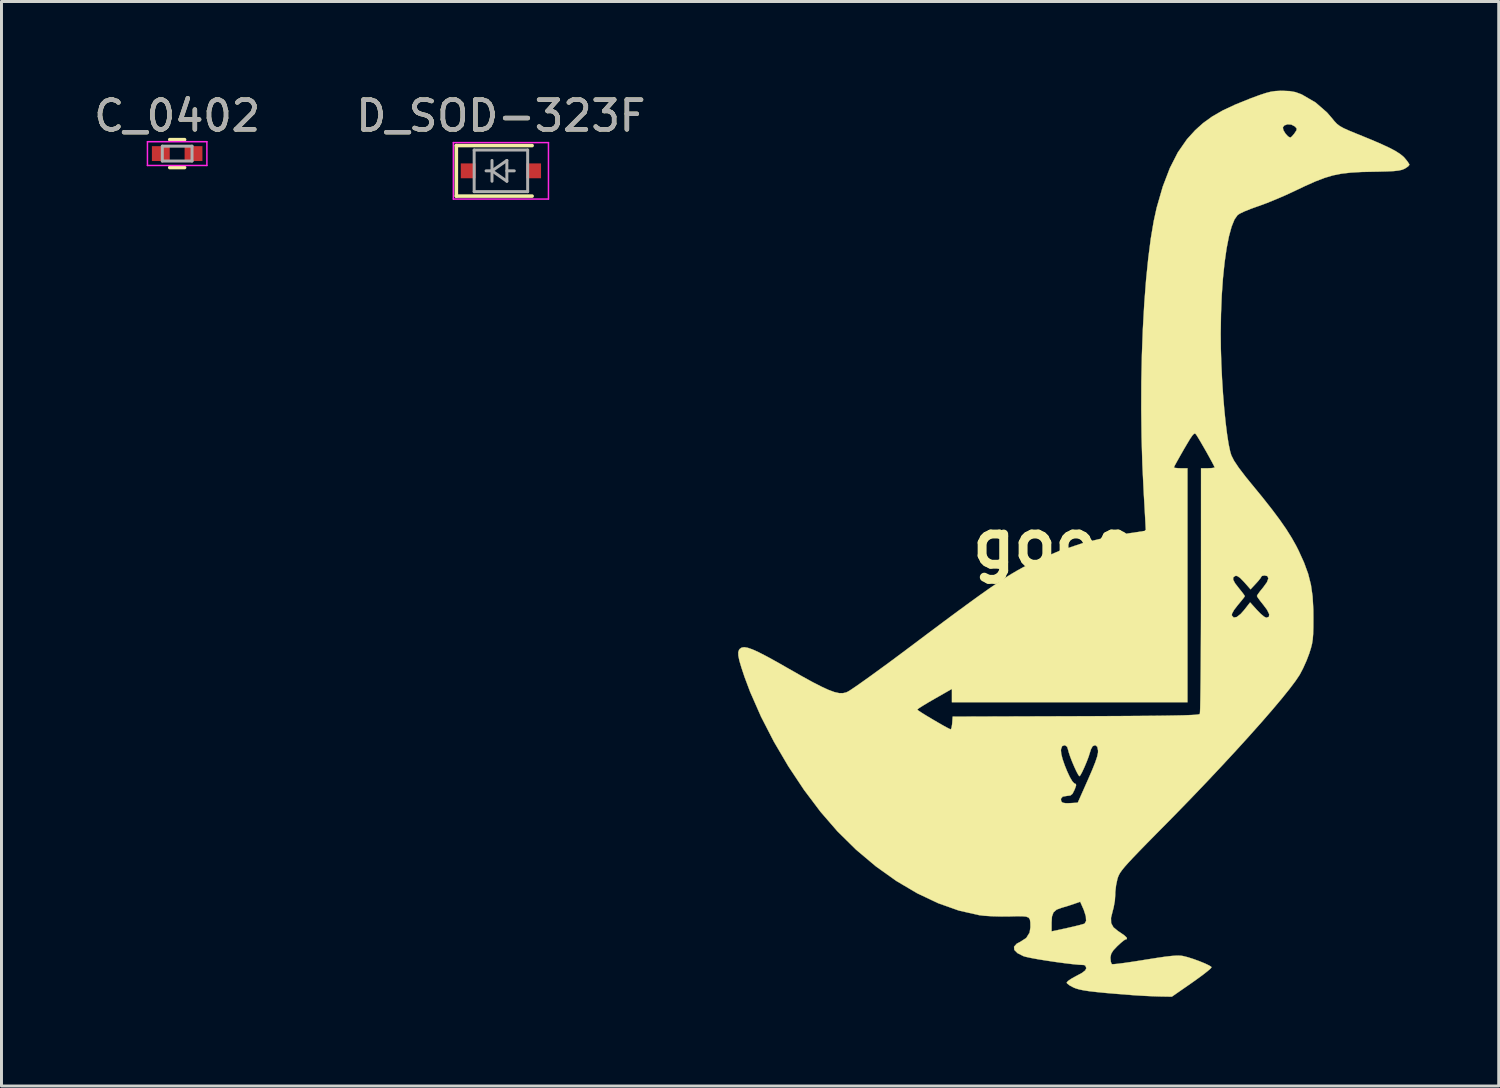
<source format=kicad_pcb>
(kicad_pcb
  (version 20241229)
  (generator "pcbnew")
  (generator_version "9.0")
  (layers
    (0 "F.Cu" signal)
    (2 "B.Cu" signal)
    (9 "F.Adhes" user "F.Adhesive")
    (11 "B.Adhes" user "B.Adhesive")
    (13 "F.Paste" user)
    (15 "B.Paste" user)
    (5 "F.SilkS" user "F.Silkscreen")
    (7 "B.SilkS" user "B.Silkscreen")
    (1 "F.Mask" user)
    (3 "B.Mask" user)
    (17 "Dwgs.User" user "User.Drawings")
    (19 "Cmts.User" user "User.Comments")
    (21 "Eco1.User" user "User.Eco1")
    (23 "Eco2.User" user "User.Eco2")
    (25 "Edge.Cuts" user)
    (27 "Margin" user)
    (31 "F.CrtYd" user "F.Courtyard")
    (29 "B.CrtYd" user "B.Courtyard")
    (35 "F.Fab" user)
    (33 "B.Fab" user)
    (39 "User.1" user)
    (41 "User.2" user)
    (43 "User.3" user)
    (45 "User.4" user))
  (footprint "C_0402"
    (layer "F.Cu")
    (at 2.911 2.118)
    (property "Reference" "C_0402" (at 0 -1.27 0) (layer "F.SilkS") (effects (font (size 1 1) (thickness 0.15))))
    (attr smd)
    (fp_line (start -0.25 0.47) (end 0.25 0.47) (stroke (width 0.12) (type solid)) (layer "F.SilkS"))
    (fp_line (start 0.25 -0.47) (end -0.25 -0.47) (stroke (width 0.12) (type solid)) (layer "F.SilkS"))
    (fp_line (start -1 -0.4) (end -1 0.4) (stroke (width 0.05) (type solid)) (layer "F.CrtYd"))
    (fp_line (start -1 -0.4) (end 1 -0.4) (stroke (width 0.05) (type solid)) (layer "F.CrtYd"))
    (fp_line (start 1 0.4) (end -1 0.4) (stroke (width 0.05) (type solid)) (layer "F.CrtYd"))
    (fp_line (start 1 0.4) (end 1 -0.4) (stroke (width 0.05) (type solid)) (layer "F.CrtYd"))
    (fp_line (start -0.5 -0.25) (end 0.5 -0.25) (stroke (width 0.1) (type solid)) (layer "F.Fab"))
    (fp_line (start -0.5 0.25) (end -0.5 -0.25) (stroke (width 0.1) (type solid)) (layer "F.Fab"))
    (fp_line (start 0.5 -0.25) (end 0.5 0.25) (stroke (width 0.1) (type solid)) (layer "F.Fab"))
    (fp_line (start 0.5 0.25) (end -0.5 0.25) (stroke (width 0.1) (type solid)) (layer "F.Fab"))
    (fp_text user "${REFERENCE}" (at 0 -1.27 0) (layer "F.Fab") (effects (font (size 1 1) (thickness 0.15))))
    (pad "1" smd rect (at -0.55 0) (size 0.6 0.5) (layers "F.Cu" "F.Mask" "F.Paste"))
    (pad "2" smd rect (at 0.55 0) (size 0.6 0.5) (layers "F.Cu" "F.Mask" "F.Paste")))
  (footprint "goose"
    (layer "F.Cu")
    (at 33.043 15.245)
    (property "Reference" "goose" (at 0 0 0) (layer "F.SilkS") (effects (font (size 1.524 1.524) (thickness 0.3))))
    (attr through_hole)
    (fp_poly (pts (xy 7.3 -15.23) (xy 7.492 -15.196) (xy 7.677 -15.129) (xy 7.716 -15.111) (xy 8.172 -14.846) (xy 8.559 -14.508) (xy 8.711 -14.332) (xy 8.806 -14.216) (xy 8.891 -14.127) (xy 8.988 -14.053) (xy 9.115 -13.982) (xy 9.292 -13.902) (xy 9.54 -13.8) (xy 9.613 -13.771) (xy 10.043 -13.595) (xy 10.388 -13.446) (xy 10.659 -13.32) (xy 10.865 -13.211) (xy 11.019 -13.112) (xy 11.131 -13.02) (xy 11.17 -12.978) (xy 11.264 -12.862) (xy 11.321 -12.774) (xy 11.328 -12.75) (xy 11.288 -12.698) (xy 11.187 -12.629) (xy 11.163 -12.616) (xy 11.079 -12.582) (xy 10.965 -12.557) (xy 10.804 -12.539) (xy 10.58 -12.528) (xy 10.277 -12.52) (xy 10.16 -12.518) (xy 9.723 -12.509) (xy 9.36 -12.488) (xy 9.045 -12.452) (xy 8.756 -12.394) (xy 8.469 -12.308) (xy 8.159 -12.189) (xy 7.804 -12.03) (xy 7.466 -11.869) (xy 7.164 -11.729) (xy 6.834 -11.587) (xy 6.516 -11.458) (xy 6.246 -11.359) (xy 6.221 -11.351) (xy 5.987 -11.267) (xy 5.779 -11.183) (xy 5.623 -11.108) (xy 5.549 -11.06) (xy 5.443 -10.91) (xy 5.345 -10.666) (xy 5.256 -10.339) (xy 5.177 -9.935) (xy 5.11 -9.464) (xy 5.055 -8.934) (xy 5.014 -8.353) (xy 4.989 -7.729) (xy 4.979 -7.072) (xy 4.979 -7.06) (xy 4.984 -6.567) (xy 5 -6.054) (xy 5.025 -5.536) (xy 5.058 -5.027) (xy 5.098 -4.54) (xy 5.143 -4.09) (xy 5.193 -3.69) (xy 5.245 -3.354) (xy 5.3 -3.097) (xy 5.337 -2.974) (xy 5.428 -2.795) (xy 5.589 -2.554) (xy 5.823 -2.248) (xy 6.003 -2.027) (xy 6.382 -1.565) (xy 6.699 -1.163) (xy 6.963 -0.81) (xy 7.182 -0.495) (xy 7.365 -0.204) (xy 7.521 0.073) (xy 7.597 0.224) (xy 7.785 0.637) (xy 7.922 1.013) (xy 8.015 1.381) (xy 8.071 1.772) (xy 8.096 2.216) (xy 8.098 2.489) (xy 8.097 2.801) (xy 8.09 3.035) (xy 8.076 3.215) (xy 8.052 3.367) (xy 8.015 3.514) (xy 7.962 3.681) (xy 7.962 3.683) (xy 7.869 3.928) (xy 7.754 4.185) (xy 7.641 4.401) (xy 7.637 4.408) (xy 7.499 4.614) (xy 7.295 4.885) (xy 7.031 5.213) (xy 6.711 5.593) (xy 6.342 6.018) (xy 5.93 6.48) (xy 5.481 6.974) (xy 5 7.493) (xy 4.494 8.031) (xy 3.969 8.58) (xy 3.43 9.134) (xy 3.193 9.375) (xy 2.81 9.762) (xy 2.493 10.084) (xy 2.235 10.349) (xy 2.029 10.564) (xy 1.868 10.737) (xy 1.747 10.873) (xy 1.659 10.982) (xy 1.597 11.069) (xy 1.555 11.144) (xy 1.526 11.212) (xy 1.504 11.28) (xy 1.459 11.492) (xy 1.433 11.717) (xy 1.431 11.811) (xy 1.418 12.011) (xy 1.377 12.237) (xy 1.347 12.35) (xy 1.288 12.587) (xy 1.293 12.763) (xy 1.369 12.903) (xy 1.524 13.032) (xy 1.577 13.066) (xy 1.736 13.176) (xy 1.82 13.257) (xy 1.821 13.302) (xy 1.783 13.31) (xy 1.725 13.343) (xy 1.62 13.429) (xy 1.503 13.536) (xy 1.367 13.68) (xy 1.296 13.793) (xy 1.271 13.907) (xy 1.27 13.94) (xy 1.282 14.066) (xy 1.313 14.142) (xy 1.317 14.146) (xy 1.38 14.146) (xy 1.526 14.132) (xy 1.743 14.104) (xy 2.012 14.065) (xy 2.32 14.017) (xy 2.422 14) (xy 2.807 13.939) (xy 3.106 13.895) (xy 3.333 13.869) (xy 3.504 13.857) (xy 3.631 13.86) (xy 3.708 13.871) (xy 3.872 13.912) (xy 4.066 13.974) (xy 4.268 14.048) (xy 4.452 14.123) (xy 4.593 14.191) (xy 4.667 14.241) (xy 4.671 14.248) (xy 4.638 14.293) (xy 4.534 14.383) (xy 4.373 14.509) (xy 4.168 14.659) (xy 4.013 14.769) (xy 3.335 15.24) (xy 2.925 15.233) (xy 2.685 15.225) (xy 2.394 15.211) (xy 2.098 15.193) (xy 1.981 15.185) (xy 1.502 15.147) (xy 1.112 15.114) (xy 0.801 15.083) (xy 0.556 15.055) (xy 0.367 15.026) (xy 0.221 14.996) (xy 0.108 14.963) (xy 0.032 14.933) (xy -0.102 14.862) (xy -0.188 14.795) (xy -0.203 14.766) (xy -0.161 14.714) (xy -0.049 14.637) (xy 0.109 14.549) (xy 0.127 14.54) (xy 0.316 14.438) (xy 0.421 14.356) (xy 0.457 14.283) (xy 0.457 14.275) (xy 0.421 14.189) (xy 0.368 14.173) (xy 0.209 14.165) (xy -0.018 14.143) (xy -0.291 14.11) (xy -0.588 14.07) (xy -0.888 14.025) (xy -1.168 13.98) (xy -1.406 13.936) (xy -1.582 13.898) (xy -1.657 13.876) (xy -1.859 13.774) (xy -1.965 13.666) (xy -1.974 13.559) (xy -1.884 13.457) (xy -1.761 13.393) (xy -1.563 13.264) (xy -1.45 13.082) (xy -1.423 12.905) (xy -1.425 12.751) (xy -1.425 12.748) (xy -0.711 12.748) (xy -0.711 13.043) (xy -0.184 12.929) (xy 0.039 12.878) (xy 0.227 12.832) (xy 0.357 12.796) (xy 0.401 12.78) (xy 0.451 12.691) (xy 0.442 12.535) (xy 0.374 12.323) (xy 0.354 12.277) (xy 0.252 12.045) (xy 0.046 12.117) (xy -0.143 12.18) (xy -0.334 12.237) (xy -0.357 12.243) (xy -0.539 12.309) (xy -0.647 12.402) (xy -0.699 12.546) (xy -0.711 12.748) (xy -1.425 12.748) (xy -1.439 12.646) (xy -1.482 12.58) (xy -1.57 12.545) (xy -1.718 12.533) (xy -1.942 12.535) (xy -2.12 12.54) (xy -2.413 12.542) (xy -2.711 12.534) (xy -2.977 12.517) (xy -3.146 12.497) (xy -3.83 12.342) (xy -4.529 12.094) (xy -5.234 11.76) (xy -5.936 11.345) (xy -6.624 10.854) (xy -7.288 10.295) (xy -7.918 9.674) (xy -8.486 9.018) (xy -8.814 8.582) (xy -0.398 8.582) (xy -0.386 8.667) (xy -0.338 8.713) (xy -0.229 8.731) (xy -0.093 8.728) (xy 0.17 8.712) (xy 0.519 7.926) (xy 0.661 7.598) (xy 0.761 7.347) (xy 0.823 7.162) (xy 0.851 7.029) (xy 0.853 6.961) (xy 0.828 6.834) (xy 0.773 6.785) (xy 0.742 6.782) (xy 0.67 6.813) (xy 0.613 6.918) (xy 0.584 7.01) (xy 0.536 7.162) (xy 0.468 7.341) (xy 0.392 7.521) (xy 0.319 7.678) (xy 0.26 7.787) (xy 0.227 7.823) (xy 0.19 7.78) (xy 0.128 7.666) (xy 0.054 7.507) (xy -0.022 7.328) (xy -0.088 7.155) (xy -0.135 7.013) (xy -0.148 6.96) (xy -0.187 6.832) (xy -0.254 6.784) (xy -0.28 6.782) (xy -0.355 6.808) (xy -0.391 6.903) (xy -0.397 6.951) (xy -0.385 7.074) (xy -0.34 7.25) (xy -0.27 7.453) (xy -0.186 7.66) (xy -0.099 7.847) (xy -0.017 7.988) (xy 0.049 8.06) (xy 0.058 8.064) (xy 0.107 8.086) (xy 0.113 8.135) (xy 0.077 8.238) (xy 0.058 8.284) (xy -0.007 8.413) (xy -0.079 8.47) (xy -0.188 8.483) (xy -0.337 8.508) (xy -0.398 8.582) (xy -8.814 8.582) (xy -9.04 8.282) (xy -9.567 7.489) (xy -10.054 6.66) (xy -10.487 5.818) (xy -10.591 5.581) (xy -5.231 5.581) (xy -5.189 5.616) (xy -5.079 5.688) (xy -4.921 5.786) (xy -4.736 5.897) (xy -4.543 6.01) (xy -4.363 6.113) (xy -4.217 6.193) (xy -4.124 6.239) (xy -4.105 6.245) (xy -4.08 6.202) (xy -4.06 6.09) (xy -4.054 6.032) (xy -4.039 5.817) (xy 0.099 5.804) (xy 0.878 5.801) (xy 1.56 5.798) (xy 2.152 5.794) (xy 2.658 5.79) (xy 3.084 5.785) (xy 3.436 5.779) (xy 3.718 5.773) (xy 3.936 5.765) (xy 4.096 5.757) (xy 4.202 5.747) (xy 4.261 5.736) (xy 4.276 5.727) (xy 4.283 5.668) (xy 4.289 5.514) (xy 4.294 5.275) (xy 4.299 4.957) (xy 4.304 4.568) (xy 4.308 4.117) (xy 4.311 3.61) (xy 4.314 3.055) (xy 4.316 2.461) (xy 4.316 2.412) (xy 5.352 2.412) (xy 5.418 2.483) (xy 5.52 2.465) (xy 5.653 2.361) (xy 5.767 2.232) (xy 5.969 1.974) (xy 6.202 2.232) (xy 6.33 2.362) (xy 6.443 2.455) (xy 6.514 2.489) (xy 6.602 2.459) (xy 6.611 2.37) (xy 6.541 2.226) (xy 6.424 2.068) (xy 6.311 1.926) (xy 6.23 1.815) (xy 6.198 1.758) (xy 6.198 1.757) (xy 6.228 1.702) (xy 6.307 1.594) (xy 6.407 1.472) (xy 6.536 1.294) (xy 6.583 1.165) (xy 6.549 1.088) (xy 6.453 1.067) (xy 6.369 1.083) (xy 6.349 1.105) (xy 6.316 1.161) (xy 6.234 1.263) (xy 6.165 1.339) (xy 5.984 1.534) (xy 5.77 1.291) (xy 5.63 1.147) (xy 5.529 1.082) (xy 5.471 1.082) (xy 5.402 1.13) (xy 5.398 1.208) (xy 5.461 1.328) (xy 5.588 1.492) (xy 5.694 1.624) (xy 5.767 1.722) (xy 5.791 1.763) (xy 5.761 1.811) (xy 5.68 1.913) (xy 5.567 2.05) (xy 5.557 2.061) (xy 5.429 2.227) (xy 5.36 2.352) (xy 5.352 2.412) (xy 4.316 2.412) (xy 4.317 1.835) (xy 4.317 1.562) (xy 4.318 -2.54) (xy 4.547 -2.54) (xy 4.683 -2.546) (xy 4.765 -2.561) (xy 4.775 -2.57) (xy 4.751 -2.625) (xy 4.688 -2.746) (xy 4.597 -2.912) (xy 4.491 -3.103) (xy 4.38 -3.296) (xy 4.278 -3.472) (xy 4.196 -3.607) (xy 4.15 -3.678) (xy 4.119 -3.707) (xy 4.082 -3.701) (xy 4.03 -3.647) (xy 3.953 -3.536) (xy 3.844 -3.354) (xy 3.743 -3.182) (xy 3.618 -2.964) (xy 3.514 -2.778) (xy 3.439 -2.642) (xy 3.405 -2.572) (xy 3.404 -2.568) (xy 3.449 -2.551) (xy 3.564 -2.541) (xy 3.632 -2.54) (xy 3.861 -2.54) (xy 3.861 5.334) (xy -4.064 5.334) (xy -4.064 4.884) (xy -4.648 5.217) (xy -4.864 5.342) (xy -5.044 5.451) (xy -5.171 5.532) (xy -5.229 5.577) (xy -5.231 5.581) (xy -10.591 5.581) (xy -10.854 4.983) (xy -11.043 4.479) (xy -11.147 4.166) (xy -11.216 3.933) (xy -11.25 3.765) (xy -11.253 3.649) (xy -11.226 3.569) (xy -11.199 3.536) (xy -11.136 3.494) (xy -11.051 3.481) (xy -10.933 3.501) (xy -10.775 3.556) (xy -10.567 3.65) (xy -10.299 3.788) (xy -9.964 3.972) (xy -9.557 4.204) (xy -9.116 4.455) (xy -8.751 4.656) (xy -8.452 4.809) (xy -8.211 4.92) (xy -8.017 4.991) (xy -7.861 5.026) (xy -7.733 5.028) (xy -7.624 5.003) (xy -7.563 4.975) (xy -7.46 4.911) (xy -7.287 4.794) (xy -7.054 4.63) (xy -6.771 4.428) (xy -6.45 4.194) (xy -6.1 3.938) (xy -5.733 3.665) (xy -5.486 3.48) (xy -4.88 3.025) (xy -4.348 2.627) (xy -3.881 2.281) (xy -3.473 1.982) (xy -3.117 1.725) (xy -2.806 1.506) (xy -2.532 1.318) (xy -2.288 1.157) (xy -2.066 1.019) (xy -1.86 0.898) (xy -1.663 0.789) (xy -1.466 0.688) (xy -1.264 0.589) (xy -1.245 0.58) (xy -0.445 0.239) (xy 0.37 -0.031) (xy 1.227 -0.237) (xy 1.852 -0.345) (xy 2.46 -0.436) (xy 2.447 -0.688) (xy 2.44 -0.827) (xy 2.428 -1.043) (xy 2.413 -1.311) (xy 2.396 -1.606) (xy 2.388 -1.753) (xy 2.344 -2.665) (xy 2.317 -3.592) (xy 2.306 -4.523) (xy 2.309 -5.448) (xy 2.328 -6.356) (xy 2.361 -7.236) (xy 2.408 -8.078) (xy 2.468 -8.871) (xy 2.542 -9.605) (xy 2.627 -10.269) (xy 2.725 -10.851) (xy 2.824 -11.303) (xy 3.031 -12.019) (xy 3.269 -12.641) (xy 3.537 -13.167) (xy 3.836 -13.598) (xy 3.858 -13.625) (xy 4.117 -13.91) (xy 4.221 -14.004) (xy 7.07 -14.004) (xy 7.09 -13.913) (xy 7.158 -13.801) (xy 7.245 -13.705) (xy 7.321 -13.665) (xy 7.373 -13.703) (xy 7.451 -13.794) (xy 7.463 -13.811) (xy 7.529 -13.911) (xy 7.536 -13.971) (xy 7.486 -14.03) (xy 7.471 -14.043) (xy 7.354 -14.104) (xy 7.223 -14.112) (xy 7.115 -14.072) (xy 7.07 -14.004) (xy 4.221 -14.004) (xy 4.391 -14.157) (xy 4.695 -14.376) (xy 5.048 -14.579) (xy 5.466 -14.775) (xy 5.966 -14.977) (xy 6.002 -14.991) (xy 6.282 -15.094) (xy 6.494 -15.164) (xy 6.663 -15.208) (xy 6.816 -15.231) (xy 6.977 -15.239) (xy 7.052 -15.24) (xy 7.3 -15.23)) (stroke (width 0.01) (type solid)) (fill yes) (layer "F.SilkS")))
  (footprint "D_SOD-323F"
    (layer "F.Cu")
    (at 13.804 2.698)
    (property "Reference" "D_SOD-323F" (at 0 -1.85 0) (layer "F.SilkS") (effects (font (size 1 1) (thickness 0.15))))
    (attr smd)
    (fp_line (start -1.5 -0.85) (end -1.5 0.85) (stroke (width 0.12) (type solid)) (layer "F.SilkS"))
    (fp_line (start -1.5 -0.85) (end 1.05 -0.85) (stroke (width 0.12) (type solid)) (layer "F.SilkS"))
    (fp_line (start -1.5 0.85) (end 1.05 0.85) (stroke (width 0.12) (type solid)) (layer "F.SilkS"))
    (fp_line (start -1.6 -0.95) (end -1.6 0.95) (stroke (width 0.05) (type solid)) (layer "F.CrtYd"))
    (fp_line (start -1.6 -0.95) (end 1.6 -0.95) (stroke (width 0.05) (type solid)) (layer "F.CrtYd"))
    (fp_line (start -1.6 0.95) (end 1.6 0.95) (stroke (width 0.05) (type solid)) (layer "F.CrtYd"))
    (fp_line (start 1.6 -0.95) (end 1.6 0.95) (stroke (width 0.05) (type solid)) (layer "F.CrtYd"))
    (fp_line (start -0.9 -0.7) (end 0.9 -0.7) (stroke (width 0.1) (type solid)) (layer "F.Fab"))
    (fp_line (start -0.9 0.7) (end -0.9 -0.7) (stroke (width 0.1) (type solid)) (layer "F.Fab"))
    (fp_line (start -0.3 -0.35) (end -0.3 0.35) (stroke (width 0.1) (type solid)) (layer "F.Fab"))
    (fp_line (start -0.3 0) (end -0.5 0) (stroke (width 0.1) (type solid)) (layer "F.Fab"))
    (fp_line (start -0.3 0) (end 0.2 -0.35) (stroke (width 0.1) (type solid)) (layer "F.Fab"))
    (fp_line (start 0.2 -0.35) (end 0.2 0.35) (stroke (width 0.1) (type solid)) (layer "F.Fab"))
    (fp_line (start 0.2 0) (end 0.45 0) (stroke (width 0.1) (type solid)) (layer "F.Fab"))
    (fp_line (start 0.2 0.35) (end -0.3 0) (stroke (width 0.1) (type solid)) (layer "F.Fab"))
    (fp_line (start 0.9 -0.7) (end 0.9 0.7) (stroke (width 0.1) (type solid)) (layer "F.Fab"))
    (fp_line (start 0.9 0.7) (end -0.9 0.7) (stroke (width 0.1) (type solid)) (layer "F.Fab"))
    (fp_text user "${REFERENCE}" (at 0 -1.85 0) (layer "F.Fab") (effects (font (size 1 1) (thickness 0.15))))
    (pad "1" smd rect (at -1.1 0) (size 0.5 0.5) (layers "F.Cu" "F.Mask" "F.Paste"))
    (pad "2" smd rect (at 1.1 0) (size 0.5 0.5) (layers "F.Cu" "F.Mask" "F.Paste")))
  (gr_rect
    (start -3 -3)
    (end 47.377 33.49)
    (stroke (width 0.1) (type default))
    (fill no)
    (layer "Edge.Cuts")))
</source>
